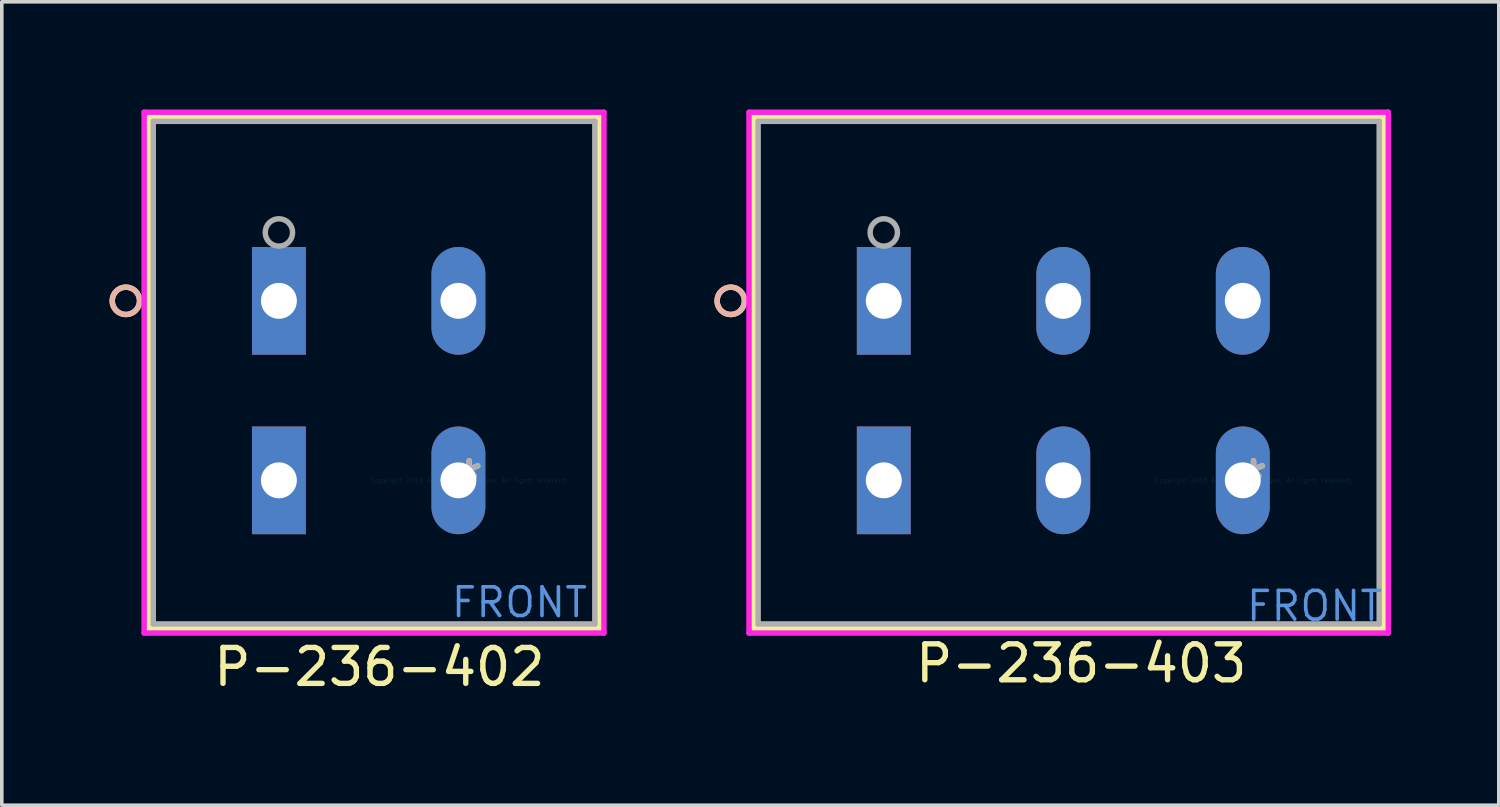
<source format=kicad_pcb>
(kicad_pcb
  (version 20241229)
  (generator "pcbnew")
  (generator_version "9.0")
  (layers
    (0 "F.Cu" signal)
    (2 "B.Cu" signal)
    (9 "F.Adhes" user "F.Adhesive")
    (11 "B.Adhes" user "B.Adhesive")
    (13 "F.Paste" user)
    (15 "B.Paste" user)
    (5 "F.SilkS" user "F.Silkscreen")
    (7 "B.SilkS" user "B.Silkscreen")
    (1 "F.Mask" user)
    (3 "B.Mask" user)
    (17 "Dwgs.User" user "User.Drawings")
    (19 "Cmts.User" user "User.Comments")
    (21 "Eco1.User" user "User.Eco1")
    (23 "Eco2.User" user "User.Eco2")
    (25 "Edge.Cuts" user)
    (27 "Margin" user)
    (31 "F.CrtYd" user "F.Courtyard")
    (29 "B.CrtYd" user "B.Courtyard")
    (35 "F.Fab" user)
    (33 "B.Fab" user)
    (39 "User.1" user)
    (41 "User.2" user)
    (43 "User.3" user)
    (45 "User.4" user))
  (footprint "P-236-402"
    (layer "F.Cu")
    (at 10.019 10.33)
    (property "Reference" "P-236-402" (at -2.5 5.2 0) (layer "F.SilkS") (effects (font (size 1 1) (thickness 0.15))))
    (attr through_hole)
    (fp_line (start -8.927 -10.127) (end -8.927 4.127) (stroke (width 0.152) (type solid)) (layer "F.SilkS"))
    (fp_line (start -8.927 4.127) (end 3.627 4.127) (stroke (width 0.152) (type solid)) (layer "F.SilkS"))
    (fp_line (start 3.627 -10.127) (end -8.927 -10.127) (stroke (width 0.152) (type solid)) (layer "F.SilkS"))
    (fp_line (start 3.627 4.127) (end 3.627 -10.127) (stroke (width 0.152) (type solid)) (layer "F.SilkS"))
    (fp_circle (center -9.562 -5) (end -9.181 -5) (stroke (width 0.152) (type solid)) (fill no) (layer "F.SilkS"))
    (fp_circle (center -9.562 -5) (end -9.181 -5) (stroke (width 0.152) (type solid)) (fill no) (layer "B.SilkS"))
    (fp_line (start -9.054 -10.254) (end -9.054 4.254) (stroke (width 0.152) (type solid)) (layer "F.CrtYd"))
    (fp_line (start -9.054 4.254) (end 3.754 4.254) (stroke (width 0.152) (type solid)) (layer "F.CrtYd"))
    (fp_line (start 3.754 -10.254) (end -9.054 -10.254) (stroke (width 0.152) (type solid)) (layer "F.CrtYd"))
    (fp_line (start 3.754 4.254) (end 3.754 -10.254) (stroke (width 0.152) (type solid)) (layer "F.CrtYd"))
    (fp_line (start -8.8 -10) (end -8.8 4) (stroke (width 0.152) (type solid)) (layer "F.Fab"))
    (fp_line (start -8.8 4) (end 3.5 4) (stroke (width 0.152) (type solid)) (layer "F.Fab"))
    (fp_line (start 3.5 -10) (end -8.8 -10) (stroke (width 0.152) (type solid)) (layer "F.Fab"))
    (fp_line (start 3.5 4) (end 3.5 -10) (stroke (width 0.152) (type solid)) (layer "F.Fab"))
    (fp_circle (center -5.3 -6.905) (end -4.919 -6.905) (stroke (width 0.152) (type solid)) (fill no) (layer "F.Fab"))
    (fp_text user "*" (at 0 0 0) (layer "F.SilkS") (effects (font (size 1 1) (thickness 0.15))))
    (fp_text user "Copyright 2016 Accelerated Designs. All rights reserved." (at 0 0 0) (layer "Cmts.User") (effects (font (size 0.127 0.127) (thickness 0.002))))
    (fp_text user "FRONT" (at 1.4 3.4 0) (layer "Cmts.User") (effects (font (size 0.8 0.8) (thickness 0.1))))
    (fp_text user "*" (at 0 0 0) (layer "F.Fab") (effects (font (size 1 1) (thickness 0.15))))
    (pad "1" thru_hole rect (at -5.3 -5) (size 1.5 3) (drill 1) (layers "*.Cu" "*.Mask"))
    (pad "2" thru_hole rect (at -5.3 0) (size 1.5 3) (drill 1) (layers "*.Cu" "*.Mask"))
    (pad "3" thru_hole oval (at -0.3 -5) (size 1.5 3) (drill 1) (layers "*.Cu" "*.Mask"))
    (pad "4" thru_hole oval (at -0.3 0) (size 1.5 3) (drill 1) (layers "*.Cu" "*.Mask")))
  (footprint "P-236-403"
    (layer "F.Cu")
    (at 31.868 10.33)
    (property "Reference" "P-236-403" (at -4.8 5.1 0) (layer "F.SilkS") (effects (font (size 1 1) (thickness 0.15))))
    (attr through_hole)
    (fp_line (start -13.927 -10.127) (end -13.927 4.127) (stroke (width 0.152) (type solid)) (layer "F.SilkS"))
    (fp_line (start -13.927 4.127) (end 3.627 4.127) (stroke (width 0.152) (type solid)) (layer "F.SilkS"))
    (fp_line (start 3.627 -10.127) (end -13.927 -10.127) (stroke (width 0.152) (type solid)) (layer "F.SilkS"))
    (fp_line (start 3.627 4.127) (end 3.627 -10.127) (stroke (width 0.152) (type solid)) (layer "F.SilkS"))
    (fp_circle (center -14.562 -5) (end -14.181 -5) (stroke (width 0.152) (type solid)) (fill no) (layer "F.SilkS"))
    (fp_circle (center -14.562 -5) (end -14.181 -5) (stroke (width 0.152) (type solid)) (fill no) (layer "B.SilkS"))
    (fp_line (start -14.054 -10.254) (end -14.054 4.254) (stroke (width 0.152) (type solid)) (layer "F.CrtYd"))
    (fp_line (start -14.054 4.254) (end 3.754 4.254) (stroke (width 0.152) (type solid)) (layer "F.CrtYd"))
    (fp_line (start 3.754 -10.254) (end -14.054 -10.254) (stroke (width 0.152) (type solid)) (layer "F.CrtYd"))
    (fp_line (start 3.754 4.254) (end 3.754 -10.254) (stroke (width 0.152) (type solid)) (layer "F.CrtYd"))
    (fp_line (start -13.8 -10) (end -13.8 4) (stroke (width 0.152) (type solid)) (layer "F.Fab"))
    (fp_line (start -13.8 4) (end 3.5 4) (stroke (width 0.152) (type solid)) (layer "F.Fab"))
    (fp_line (start 3.5 -10) (end -13.8 -10) (stroke (width 0.152) (type solid)) (layer "F.Fab"))
    (fp_line (start 3.5 4) (end 3.5 -10) (stroke (width 0.152) (type solid)) (layer "F.Fab"))
    (fp_circle (center -10.3 -6.905) (end -9.919 -6.905) (stroke (width 0.152) (type solid)) (fill no) (layer "F.Fab"))
    (fp_text user "*" (at 0 0 0) (layer "F.SilkS") (effects (font (size 1 1) (thickness 0.15))))
    (fp_text user "FRONT" (at 1.7 3.5 180) (layer "Cmts.User") (effects (font (size 0.8 0.8) (thickness 0.1))))
    (fp_text user "Copyright 2016 Accelerated Designs. All rights reserved." (at 0 0 0) (layer "Cmts.User") (effects (font (size 0.127 0.127) (thickness 0.002))))
    (fp_text user "*" (at 0 0 0) (layer "F.Fab") (effects (font (size 1 1) (thickness 0.15))))
    (pad "1" thru_hole rect (at -10.3 -5) (size 1.5 3) (drill 1) (layers "*.Cu" "*.Mask"))
    (pad "2" thru_hole rect (at -10.3 0) (size 1.5 3) (drill 1) (layers "*.Cu" "*.Mask"))
    (pad "3" thru_hole oval (at -5.3 -5) (size 1.5 3) (drill 1) (layers "*.Cu" "*.Mask"))
    (pad "4" thru_hole oval (at -5.3 0) (size 1.5 3) (drill 1) (layers "*.Cu" "*.Mask"))
    (pad "5" thru_hole oval (at -0.3 -5) (size 1.5 3) (drill 1) (layers "*.Cu" "*.Mask"))
    (pad "6" thru_hole oval (at -0.3 0) (size 1.5 3) (drill 1) (layers "*.Cu" "*.Mask")))
  (gr_rect
    (start -3 -3)
    (end 38.699 19.379)
    (stroke (width 0.1) (type default))
    (fill no)
    (layer "Edge.Cuts")))
</source>
